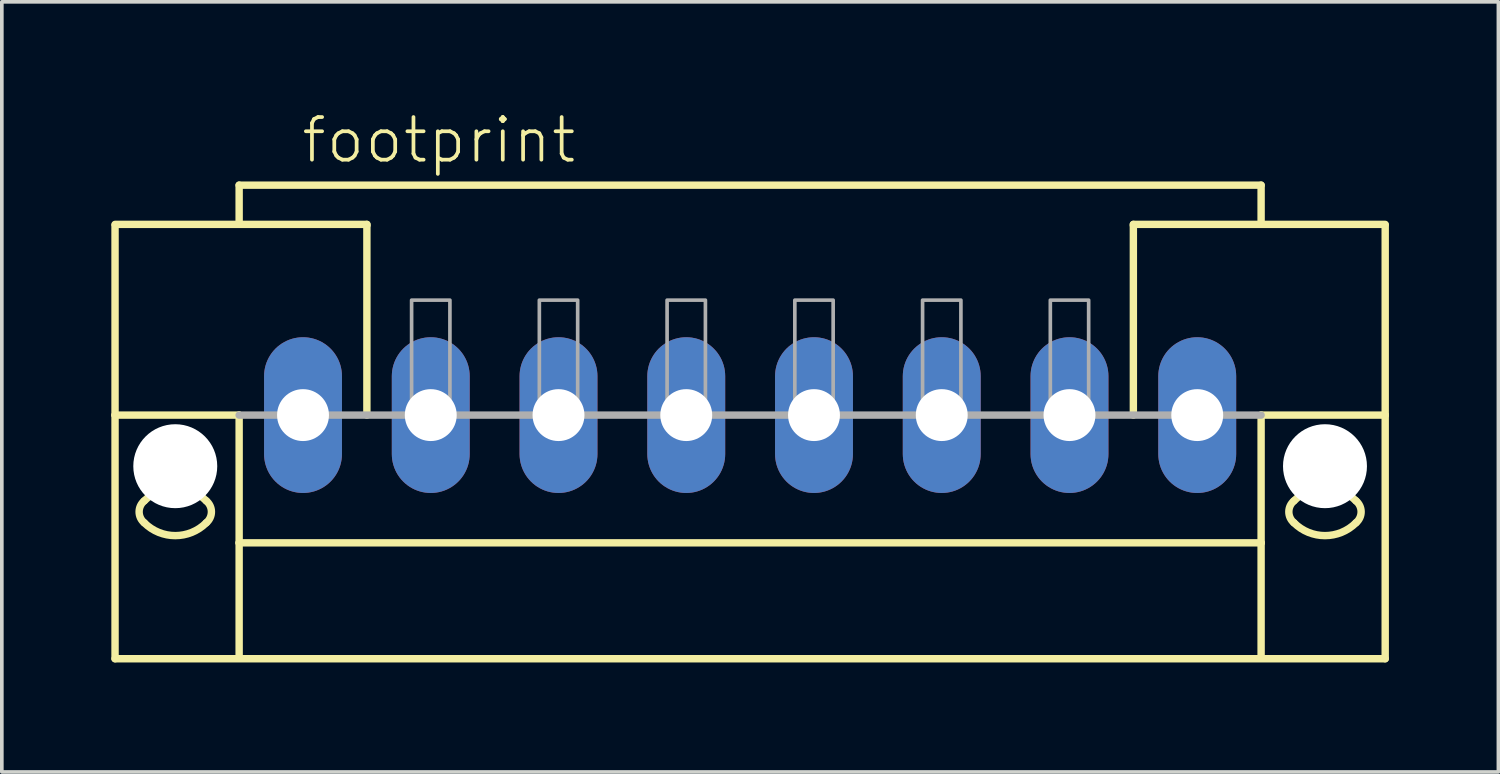
<source format=kicad_pcb>
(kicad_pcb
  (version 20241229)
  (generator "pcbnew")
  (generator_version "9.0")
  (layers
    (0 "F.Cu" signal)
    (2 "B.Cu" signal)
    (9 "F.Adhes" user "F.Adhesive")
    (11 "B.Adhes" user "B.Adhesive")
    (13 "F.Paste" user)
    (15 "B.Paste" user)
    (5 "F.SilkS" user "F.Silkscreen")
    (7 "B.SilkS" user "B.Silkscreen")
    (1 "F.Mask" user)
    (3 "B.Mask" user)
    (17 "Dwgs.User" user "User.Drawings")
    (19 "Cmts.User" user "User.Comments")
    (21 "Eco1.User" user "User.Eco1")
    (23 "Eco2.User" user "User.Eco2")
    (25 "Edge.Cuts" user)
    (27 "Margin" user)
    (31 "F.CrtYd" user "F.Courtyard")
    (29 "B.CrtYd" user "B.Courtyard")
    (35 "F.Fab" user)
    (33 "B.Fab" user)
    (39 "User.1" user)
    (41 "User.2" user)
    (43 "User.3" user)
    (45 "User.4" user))
  (footprint "footprint"
    (layer "F.Cu")
    (at 17.502 8.323)
    (property "Reference" "footprint" (at -12.35 -6.85 0) (layer "F.SilkS") (effects (font (size 1.168 1.168) (thickness 0.102)) (justify left bottom)))
    (fp_line (start -17.4 -5.225) (end -10.5 -5.225) (stroke (width 0.203) (type solid)) (layer "F.SilkS"))
    (fp_line (start -17.4 -5.2) (end -17.4 0) (stroke (width 0.203) (type solid)) (layer "F.SilkS"))
    (fp_line (start -17.4 0) (end -17.4 6.675) (stroke (width 0.203) (type solid)) (layer "F.SilkS"))
    (fp_line (start -17.4 0) (end -14 0) (stroke (width 0.203) (type solid)) (layer "F.SilkS"))
    (fp_line (start -17.4 6.675) (end 17.4 6.675) (stroke (width 0.203) (type solid)) (layer "F.SilkS"))
    (fp_line (start -14 -6.3) (end 14 -6.3) (stroke (width 0.203) (type solid)) (layer "F.SilkS"))
    (fp_line (start -14 -5.3) (end -14 -6.3) (stroke (width 0.203) (type solid)) (layer "F.SilkS"))
    (fp_line (start -14 0) (end -14 3.5) (stroke (width 0.203) (type solid)) (layer "F.SilkS"))
    (fp_line (start -14 3.5) (end 14 3.5) (stroke (width 0.203) (type solid)) (layer "F.SilkS"))
    (fp_line (start -14 6.65) (end -14 3.5) (stroke (width 0.203) (type solid)) (layer "F.SilkS"))
    (fp_line (start -10.5 -5.225) (end -10.5 -5.2) (stroke (width 0.203) (type solid)) (layer "F.SilkS"))
    (fp_line (start -10.5 -5.175) (end -10.5 0) (stroke (width 0.203) (type solid)) (layer "F.SilkS"))
    (fp_line (start 10.5 -5.225) (end 17.4 -5.225) (stroke (width 0.203) (type solid)) (layer "F.SilkS"))
    (fp_line (start 10.5 -5.2) (end 10.5 -5.225) (stroke (width 0.203) (type solid)) (layer "F.SilkS"))
    (fp_line (start 10.5 0) (end 10.5 -5.175) (stroke (width 0.203) (type solid)) (layer "F.SilkS"))
    (fp_line (start 14 -6.3) (end 14 -5.3) (stroke (width 0.203) (type solid)) (layer "F.SilkS"))
    (fp_line (start 14 3.5) (end 14 0) (stroke (width 0.203) (type solid)) (layer "F.SilkS"))
    (fp_line (start 14 6.65) (end 14 3.5) (stroke (width 0.203) (type solid)) (layer "F.SilkS"))
    (fp_line (start 17.4 0) (end 14 0) (stroke (width 0.203) (type solid)) (layer "F.SilkS"))
    (fp_line (start 17.4 0) (end 17.4 -5.2) (stroke (width 0.203) (type solid)) (layer "F.SilkS"))
    (fp_line (start 17.4 6.675) (end 17.4 0) (stroke (width 0.203) (type solid)) (layer "F.SilkS"))
    (fp_arc (start -16.6 2.35) (mid -15.75 1.997918) (end -14.9 2.35) (stroke (width 0.2032) (type solid)) (layer "F.SilkS"))
    (fp_arc (start -16.6 2.95) (mid -16.740512 2.65) (end -16.6 2.35) (stroke (width 0.2032) (type solid)) (layer "F.SilkS"))
    (fp_arc (start -14.9 2.95) (mid -15.75 3.302082) (end -16.6 2.95) (stroke (width 0.2032) (type solid)) (layer "F.SilkS"))
    (fp_arc (start -14.899999 2.350001) (mid -14.759487 2.650001) (end -14.9 2.95) (stroke (width 0.2032) (type solid)) (layer "F.SilkS"))
    (fp_arc (start 14.899999 2.949999) (mid 14.759487 2.649999) (end 14.9 2.35) (stroke (width 0.2032) (type solid)) (layer "F.SilkS"))
    (fp_arc (start 14.9 2.35) (mid 15.75 1.997918) (end 16.6 2.35) (stroke (width 0.2032) (type solid)) (layer "F.SilkS"))
    (fp_arc (start 16.6 2.35) (mid 16.740512 2.65) (end 16.6 2.95) (stroke (width 0.2032) (type solid)) (layer "F.SilkS"))
    (fp_arc (start 16.6 2.95) (mid 15.75 3.302082) (end 14.9 2.95) (stroke (width 0.2032) (type solid)) (layer "F.SilkS"))
    (fp_line (start 14 0) (end -14 0) (stroke (width 0.203) (type solid)) (layer "F.Fab"))
    (fp_poly (pts (xy -9.275 0) (xy -8.225 0) (xy -8.225 -3.15) (xy -9.275 -3.15)) (stroke (width 0.1) (type solid)) (fill no) (layer "F.Fab"))
    (fp_poly (pts (xy -5.775 0) (xy -4.725 0) (xy -4.725 -3.15) (xy -5.775 -3.15)) (stroke (width 0.1) (type solid)) (fill no) (layer "F.Fab"))
    (fp_poly (pts (xy -2.275 0) (xy -1.225 0) (xy -1.225 -3.15) (xy -2.275 -3.15)) (stroke (width 0.1) (type solid)) (fill no) (layer "F.Fab"))
    (fp_poly (pts (xy 1.225 0) (xy 2.275 0) (xy 2.275 -3.15) (xy 1.225 -3.15)) (stroke (width 0.1) (type solid)) (fill no) (layer "F.Fab"))
    (fp_poly (pts (xy 4.725 0) (xy 5.775 0) (xy 5.775 -3.15) (xy 4.725 -3.15)) (stroke (width 0.1) (type solid)) (fill no) (layer "F.Fab"))
    (fp_poly (pts (xy 8.225 0) (xy 9.275 0) (xy 9.275 -3.15) (xy 8.225 -3.15)) (stroke (width 0.1) (type solid)) (fill no) (layer "F.Fab"))
    (pad "" np_thru_hole circle (at -15.75 1.4) (size 2.3 2.3) (drill 2.3) (layers "*.Cu" "*.Mask"))
    (pad "" np_thru_hole circle (at 15.75 1.4) (size 2.3 2.3) (drill 2.3) (layers "*.Cu" "*.Mask"))
    (pad "1" thru_hole oval (at -12.25 0 90) (size 4.267 2.134) (drill 1.422) (layers "*.Cu" "*.Mask"))
    (pad "2" thru_hole oval (at -8.75 0 90) (size 4.267 2.134) (drill 1.422) (layers "*.Cu" "*.Mask"))
    (pad "3" thru_hole oval (at -5.25 0 90) (size 4.267 2.134) (drill 1.422) (layers "*.Cu" "*.Mask"))
    (pad "4" thru_hole oval (at -1.75 0 90) (size 4.267 2.134) (drill 1.422) (layers "*.Cu" "*.Mask"))
    (pad "5" thru_hole oval (at 1.75 0 90) (size 4.267 2.134) (drill 1.422) (layers "*.Cu" "*.Mask"))
    (pad "6" thru_hole oval (at 5.25 0 90) (size 4.267 2.134) (drill 1.422) (layers "*.Cu" "*.Mask"))
    (pad "7" thru_hole oval (at 8.75 0 90) (size 4.267 2.134) (drill 1.422) (layers "*.Cu" "*.Mask"))
    (pad "8" thru_hole oval (at 12.25 0 90) (size 4.267 2.134) (drill 1.422) (layers "*.Cu" "*.Mask")))
  (gr_rect
    (start -3 -3)
    (end 38.003 18.1)
    (stroke (width 0.1) (type default))
    (fill no)
    (layer "Edge.Cuts")))
</source>
